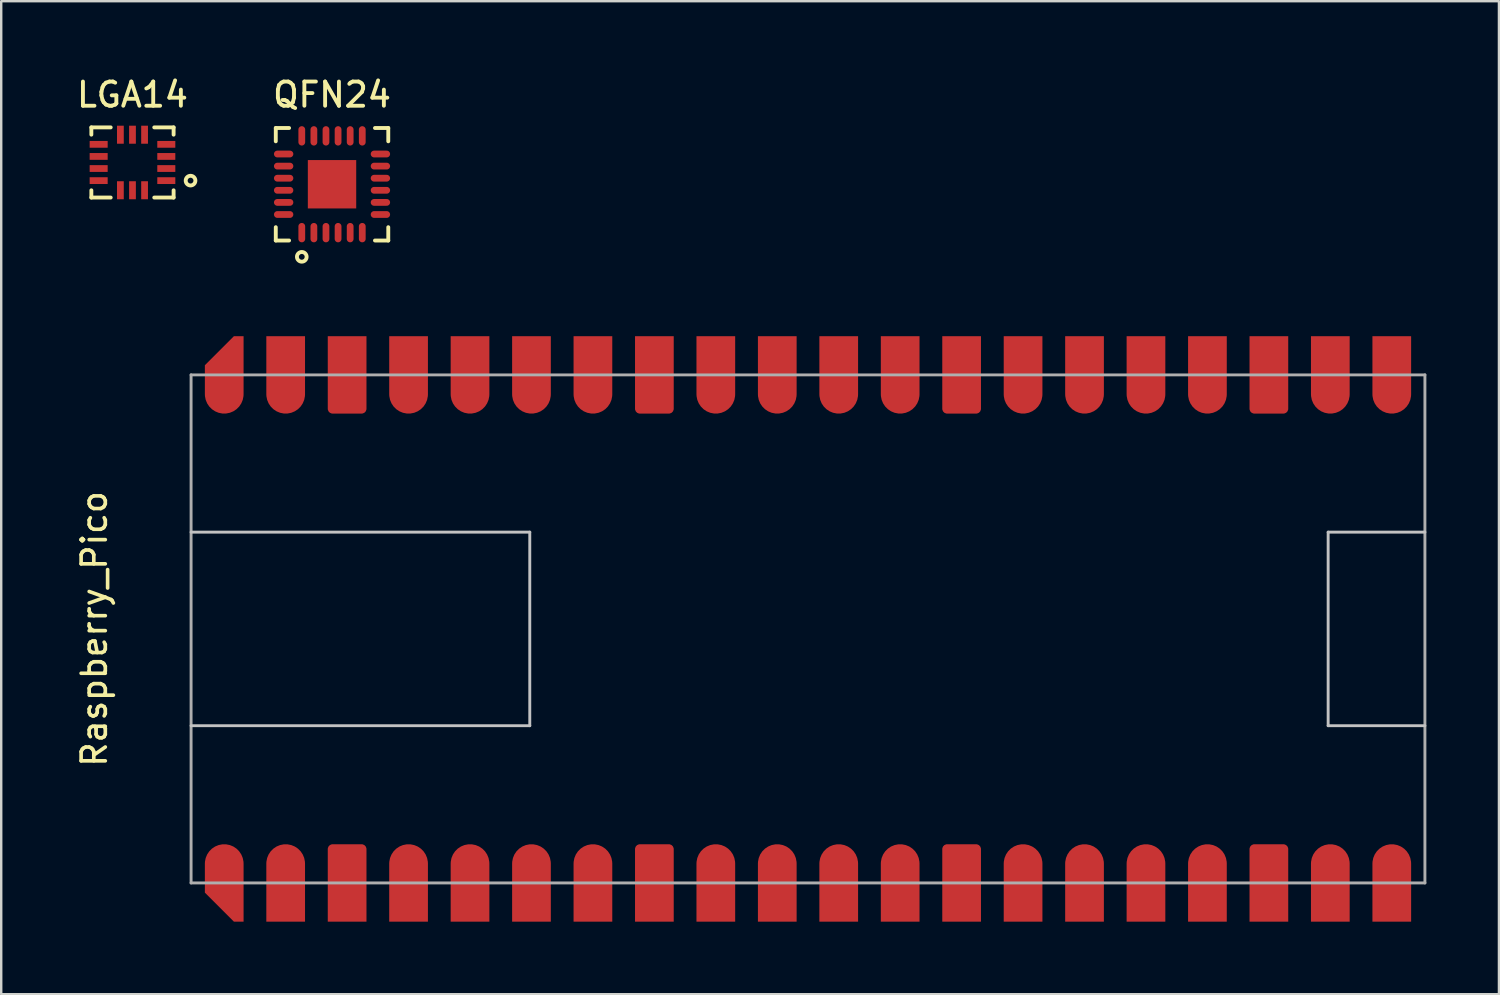
<source format=kicad_pcb>
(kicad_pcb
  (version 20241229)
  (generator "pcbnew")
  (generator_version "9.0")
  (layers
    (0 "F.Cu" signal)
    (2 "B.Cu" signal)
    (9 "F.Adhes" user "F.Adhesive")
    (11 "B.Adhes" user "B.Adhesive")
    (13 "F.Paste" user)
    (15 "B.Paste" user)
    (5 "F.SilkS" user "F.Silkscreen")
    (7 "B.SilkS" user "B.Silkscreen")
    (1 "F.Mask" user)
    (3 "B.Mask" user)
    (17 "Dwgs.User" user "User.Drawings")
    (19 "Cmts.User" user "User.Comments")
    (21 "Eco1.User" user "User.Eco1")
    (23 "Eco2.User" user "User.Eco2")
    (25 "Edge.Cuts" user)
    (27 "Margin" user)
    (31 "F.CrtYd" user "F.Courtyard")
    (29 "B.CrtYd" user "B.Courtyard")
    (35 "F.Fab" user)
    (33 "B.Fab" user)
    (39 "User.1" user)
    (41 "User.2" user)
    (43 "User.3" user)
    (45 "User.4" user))
  (footprint "LGA14"
    (layer "F.Cu")
    (at 2.426 3.666)
    (property "Reference" "LGA14" (at 0 -2.8 0) (layer "F.SilkS") (effects (font (size 1 1) (thickness 0.16))))
    (attr smd)
    (fp_line (start -1.7 -1.45) (end -1.7 -1.15) (stroke (width 0.16) (type solid)) (layer "F.SilkS"))
    (fp_line (start -1.7 -1.45) (end -0.9 -1.45) (stroke (width 0.16) (type solid)) (layer "F.SilkS"))
    (fp_line (start -1.7 1.15) (end -1.7 1.45) (stroke (width 0.16) (type solid)) (layer "F.SilkS"))
    (fp_line (start -1.7 1.45) (end -0.9 1.45) (stroke (width 0.16) (type solid)) (layer "F.SilkS"))
    (fp_line (start 1.7 -1.45) (end 0.9 -1.45) (stroke (width 0.16) (type solid)) (layer "F.SilkS"))
    (fp_line (start 1.7 -1.15) (end 1.7 -1.45) (stroke (width 0.16) (type solid)) (layer "F.SilkS"))
    (fp_line (start 1.7 1.45) (end 0.9 1.45) (stroke (width 0.16) (type solid)) (layer "F.SilkS"))
    (fp_line (start 1.7 1.45) (end 1.7 1.15) (stroke (width 0.16) (type solid)) (layer "F.SilkS"))
    (fp_circle (center 2.4 0.75) (end 2.6 0.75) (stroke (width 0.16) (type solid)) (fill no) (layer "F.SilkS"))
    (pad "1" smd rect (at 1.398 0.75 180) (size 0.745 0.28) (layers "F.Cu" "F.Mask" "F.Paste"))
    (pad "2" smd rect (at 1.398 0.25 180) (size 0.745 0.28) (layers "F.Cu" "F.Mask" "F.Paste"))
    (pad "3" smd rect (at 1.398 -0.25 180) (size 0.745 0.28) (layers "F.Cu" "F.Mask" "F.Paste"))
    (pad "4" smd rect (at 1.398 -0.75 180) (size 0.745 0.28) (layers "F.Cu" "F.Mask" "F.Paste"))
    (pad "5" smd rect (at 0.5 -1.148 270) (size 0.745 0.28) (layers "F.Cu" "F.Mask" "F.Paste"))
    (pad "6" smd rect (at 0 -1.148 270) (size 0.745 0.28) (layers "F.Cu" "F.Mask" "F.Paste"))
    (pad "7" smd rect (at -0.5 -1.148 270) (size 0.745 0.28) (layers "F.Cu" "F.Mask" "F.Paste"))
    (pad "8" smd rect (at -1.398 -0.75 180) (size 0.745 0.28) (layers "F.Cu" "F.Mask" "F.Paste"))
    (pad "9" smd rect (at -1.398 -0.25 180) (size 0.745 0.28) (layers "F.Cu" "F.Mask" "F.Paste"))
    (pad "10" smd rect (at -1.398 0.25 180) (size 0.745 0.28) (layers "F.Cu" "F.Mask" "F.Paste"))
    (pad "11" smd rect (at -1.398 0.75 180) (size 0.745 0.28) (layers "F.Cu" "F.Mask" "F.Paste"))
    (pad "12" smd rect (at -0.5 1.148 270) (size 0.745 0.28) (layers "F.Cu" "F.Mask" "F.Paste"))
    (pad "13" smd rect (at 0 1.148 270) (size 0.745 0.28) (layers "F.Cu" "F.Mask" "F.Paste"))
    (pad "14" smd rect (at 0.5 1.148 270) (size 0.745 0.28) (layers "F.Cu" "F.Mask" "F.Paste"))
    (zone (net_name "") (layer "F.Cu") (hatch edge 0.5) (connect_pads) (min_thickness 0.25) (filled_areas_thickness no) (keepout (tracks allowed) (vias allowed) (pads allowed) (copperpour not_allowed) (footprints allowed)) (placement (enabled no)) (fill) (polygon (pts (xy 1.026 2.516) (xy 3.826 2.516) (xy 3.826 4.816) (xy 1.026 4.816)))))
  (footprint "QFN24"
    (layer "F.Cu")
    (at 10.674 4.566)
    (property "Reference" "QFN24" (at 0 -3.7 0) (layer "F.SilkS") (effects (font (size 1 1) (thickness 0.16))))
    (attr smd)
    (fp_line (start -2.325 -2.325) (end -2.325 -1.775) (stroke (width 0.16) (type solid)) (layer "F.SilkS"))
    (fp_line (start -2.325 -2.325) (end -1.775 -2.325) (stroke (width 0.16) (type solid)) (layer "F.SilkS"))
    (fp_line (start -2.325 2.325) (end -2.325 1.775) (stroke (width 0.16) (type solid)) (layer "F.SilkS"))
    (fp_line (start -2.325 2.325) (end -1.775 2.325) (stroke (width 0.16) (type solid)) (layer "F.SilkS"))
    (fp_line (start 2.325 -2.325) (end 1.775 -2.325) (stroke (width 0.16) (type solid)) (layer "F.SilkS"))
    (fp_line (start 2.325 -2.325) (end 2.325 -1.775) (stroke (width 0.16) (type solid)) (layer "F.SilkS"))
    (fp_line (start 2.325 2.325) (end 1.775 2.325) (stroke (width 0.16) (type solid)) (layer "F.SilkS"))
    (fp_line (start 2.325 2.325) (end 2.325 1.775) (stroke (width 0.16) (type solid)) (layer "F.SilkS"))
    (fp_circle (center -1.25 3) (end -1.25 2.8) (stroke (width 0.16) (type solid)) (fill no) (layer "F.SilkS"))
    (pad "" smd rect (at 0 0) (size 2 2) (layers "F.Cu" "F.Mask" "F.Paste"))
    (pad "1" smd oval (at -1.25 2) (size 0.28 0.8) (layers "F.Cu" "F.Mask" "F.Paste"))
    (pad "2" smd oval (at -0.75 2) (size 0.28 0.8) (layers "F.Cu" "F.Mask" "F.Paste"))
    (pad "3" smd oval (at -0.25 2) (size 0.28 0.8) (layers "F.Cu" "F.Mask" "F.Paste"))
    (pad "4" smd oval (at 0.25 2) (size 0.28 0.8) (layers "F.Cu" "F.Mask" "F.Paste"))
    (pad "5" smd oval (at 0.75 2) (size 0.28 0.8) (layers "F.Cu" "F.Mask" "F.Paste"))
    (pad "6" smd oval (at 1.25 2) (size 0.28 0.8) (layers "F.Cu" "F.Mask" "F.Paste"))
    (pad "7" smd oval (at 2 1.25 90) (size 0.28 0.8) (layers "F.Cu" "F.Mask" "F.Paste"))
    (pad "8" smd oval (at 2 0.75 90) (size 0.28 0.8) (layers "F.Cu" "F.Mask" "F.Paste"))
    (pad "9" smd oval (at 2 0.25 90) (size 0.28 0.8) (layers "F.Cu" "F.Mask" "F.Paste"))
    (pad "10" smd oval (at 2 -0.25 90) (size 0.28 0.8) (layers "F.Cu" "F.Mask" "F.Paste"))
    (pad "11" smd oval (at 2 -0.75 90) (size 0.28 0.8) (layers "F.Cu" "F.Mask" "F.Paste"))
    (pad "12" smd oval (at 2 -1.25 90) (size 0.28 0.8) (layers "F.Cu" "F.Mask" "F.Paste"))
    (pad "13" smd oval (at 1.25 -2) (size 0.28 0.8) (layers "F.Cu" "F.Mask" "F.Paste"))
    (pad "14" smd oval (at 0.75 -2) (size 0.28 0.8) (layers "F.Cu" "F.Mask" "F.Paste"))
    (pad "15" smd oval (at 0.25 -2) (size 0.28 0.8) (layers "F.Cu" "F.Mask" "F.Paste"))
    (pad "16" smd oval (at -0.25 -2) (size 0.28 0.8) (layers "F.Cu" "F.Mask" "F.Paste"))
    (pad "17" smd oval (at -0.75 -2) (size 0.28 0.8) (layers "F.Cu" "F.Mask" "F.Paste"))
    (pad "18" smd oval (at -1.25 -2) (size 0.28 0.8) (layers "F.Cu" "F.Mask" "F.Paste"))
    (pad "19" smd oval (at -2 -1.25 90) (size 0.28 0.8) (layers "F.Cu" "F.Mask" "F.Paste"))
    (pad "20" smd oval (at -2 -0.75 90) (size 0.28 0.8) (layers "F.Cu" "F.Mask" "F.Paste"))
    (pad "21" smd oval (at -2 -0.25 90) (size 0.28 0.8) (layers "F.Cu" "F.Mask" "F.Paste"))
    (pad "22" smd oval (at -2 0.25 90) (size 0.28 0.8) (layers "F.Cu" "F.Mask" "F.Paste"))
    (pad "23" smd oval (at -2 0.75 90) (size 0.28 0.8) (layers "F.Cu" "F.Mask" "F.Paste"))
    (pad "24" smd oval (at -2 1.25 90) (size 0.28 0.8) (layers "F.Cu" "F.Mask" "F.Paste"))
    (zone (net_name "") (layer "F.Cu") (hatch edge 0.5) (connect_pads) (min_thickness 0.25) (filled_areas_thickness no) (keepout (tracks allowed) (vias allowed) (pads allowed) (copperpour not_allowed) (footprints allowed)) (placement (enabled no)) (fill) (polygon (pts (xy 8.674 2.566) (xy 12.674 2.566) (xy 12.674 6.566) (xy 8.674 6.516)))))
  (footprint "Raspberry_Pico"
    (layer "F.Cu")
    (at 30.748 23.006)
    (property "Reference" "Raspberry_Pico" (at -29.9 -0.06 90) (layer "F.SilkS") (effects (font (size 1 1) (thickness 0.15))))
    (attr smd)
    (fp_line (start -25.9 -4.06) (end -11.9 -4.06) (stroke (width 0.12) (type solid)) (layer "Dwgs.User"))
    (fp_line (start -11.9 -4.06) (end -11.9 3.94) (stroke (width 0.12) (type solid)) (layer "Dwgs.User"))
    (fp_line (start -11.9 3.94) (end -25.9 3.94) (stroke (width 0.12) (type solid)) (layer "Dwgs.User"))
    (fp_line (start 21.1 -4.06) (end 25.1 -4.06) (stroke (width 0.12) (type solid)) (layer "Dwgs.User"))
    (fp_line (start 21.1 3.94) (end 21.1 -4.06) (stroke (width 0.12) (type solid)) (layer "Dwgs.User"))
    (fp_line (start 25.1 3.94) (end 21.1 3.94) (stroke (width 0.12) (type solid)) (layer "Dwgs.User"))
    (fp_line (start -25.9 -10.56) (end 25.1 -10.56) (stroke (width 0.12) (type solid)) (layer "F.Fab"))
    (fp_line (start -25.9 10.44) (end -25.9 -10.56) (stroke (width 0.12) (type solid)) (layer "F.Fab"))
    (fp_line (start -25.9 10.44) (end 25.1 10.44) (stroke (width 0.12) (type solid)) (layer "F.Fab"))
    (fp_line (start 25.1 10.44) (end 25.1 -10.56) (stroke (width 0.12) (type solid)) (layer "F.Fab"))
    (pad "1" smd custom (at -24.53 11.24 90) (size 0.5 0.5) (layers "F.Cu" "F.Mask") (options (anchor circle)) (primitives (gr_line (start 0.8 0) (end 1.6 0) (width 1.6)) (gr_poly (pts (xy 0.8 0.8) (xy -0.8 0.8) (xy -0.8 0.4) (xy 0.4 -0.8) (xy 0.8 -0.8)) (width 0) (fill yes))))
    (pad "2" smd custom (at -21.99 11.24 90) (size 1.6 1.6) (layers "F.Cu" "F.Mask") (options (anchor rect)) (primitives (gr_line (start 0 0) (end 1.6 0) (width 1.6))))
    (pad "3" smd custom (at -19.45 11.24 90) (size 1.6 1.6) (layers "F.Cu" "F.Mask") (options (anchor rect)) (primitives (gr_line (start 0 -0.6) (end 2.2 -0.6) (width 0.4)) (gr_line (start 0 0.6) (end 2.2 0.6) (width 0.4)) (gr_line (start 2.2 -0.6) (end 2.2 0.6) (width 0.4)) (gr_line (start 0 0) (end 1.6 0) (width 1.2))))
    (pad "4" smd custom (at -16.91 11.24 90) (size 1.6 1.6) (layers "F.Cu" "F.Mask") (options (anchor rect)) (primitives (gr_line (start 0 0) (end 1.6 0) (width 1.6))))
    (pad "5" smd custom (at -14.37 11.24 90) (size 1.6 1.6) (layers "F.Cu" "F.Mask") (options (anchor rect)) (primitives (gr_line (start 0 0) (end 1.6 0) (width 1.6))))
    (pad "6" smd custom (at -11.83 11.24 90) (size 1.6 1.6) (layers "F.Cu" "F.Mask") (options (anchor rect)) (primitives (gr_line (start 0 0) (end 1.6 0) (width 1.6))))
    (pad "7" smd custom (at -9.29 11.24 90) (size 1.6 1.6) (layers "F.Cu" "F.Mask") (options (anchor rect)) (primitives (gr_line (start 0 0) (end 1.6 0) (width 1.6))))
    (pad "8" smd custom (at -6.75 11.24 90) (size 1.6 1.6) (layers "F.Cu" "F.Mask") (options (anchor rect)) (primitives (gr_line (start 0 -0.6) (end 2.2 -0.6) (width 0.4)) (gr_line (start 0 0.6) (end 2.2 0.6) (width 0.4)) (gr_line (start 2.2 -0.6) (end 2.2 0.6) (width 0.4)) (gr_line (start 0 0) (end 1.6 0) (width 1.2))))
    (pad "9" smd custom (at -4.21 11.24 90) (size 1.6 1.6) (layers "F.Cu" "F.Mask") (options (anchor rect)) (primitives (gr_line (start 0 0) (end 1.6 0) (width 1.6))))
    (pad "10" smd custom (at -1.67 11.24 90) (size 1.6 1.6) (layers "F.Cu" "F.Mask") (options (anchor rect)) (primitives (gr_line (start 0 0) (end 1.6 0) (width 1.6))))
    (pad "11" smd custom (at 0.87 11.24 90) (size 1.6 1.6) (layers "F.Cu" "F.Mask") (options (anchor rect)) (primitives (gr_line (start 0 0) (end 1.6 0) (width 1.6))))
    (pad "12" smd custom (at 3.41 11.24 90) (size 1.6 1.6) (layers "F.Cu" "F.Mask") (options (anchor rect)) (primitives (gr_line (start 0 0) (end 1.6 0) (width 1.6))))
    (pad "13" smd custom (at 5.95 11.24 90) (size 1.6 1.6) (layers "F.Cu" "F.Mask") (options (anchor rect)) (primitives (gr_line (start 0 -0.6) (end 2.2 -0.6) (width 0.4)) (gr_line (start 0 0.6) (end 2.2 0.6) (width 0.4)) (gr_line (start 2.2 -0.6) (end 2.2 0.6) (width 0.4)) (gr_line (start 0 0) (end 1.6 0) (width 1.2))))
    (pad "14" smd custom (at 8.49 11.24 90) (size 1.6 1.6) (layers "F.Cu" "F.Mask") (options (anchor rect)) (primitives (gr_line (start 0 0) (end 1.6 0) (width 1.6))))
    (pad "15" smd custom (at 11.03 11.24 90) (size 1.6 1.6) (layers "F.Cu" "F.Mask") (options (anchor rect)) (primitives (gr_line (start 0 0) (end 1.6 0) (width 1.6))))
    (pad "16" smd custom (at 13.57 11.24 90) (size 1.6 1.6) (layers "F.Cu" "F.Mask") (options (anchor rect)) (primitives (gr_line (start 0 0) (end 1.6 0) (width 1.6))))
    (pad "17" smd custom (at 16.11 11.24 90) (size 1.6 1.6) (layers "F.Cu" "F.Mask") (options (anchor rect)) (primitives (gr_line (start 0 0) (end 1.6 0) (width 1.6))))
    (pad "18" smd custom (at 18.65 11.24 90) (size 1.6 1.6) (layers "F.Cu" "F.Mask") (options (anchor rect)) (primitives (gr_line (start 0 -0.6) (end 2.2 -0.6) (width 0.4)) (gr_line (start 0 0.6) (end 2.2 0.6) (width 0.4)) (gr_line (start 2.2 -0.6) (end 2.2 0.6) (width 0.4)) (gr_line (start 0 0) (end 1.6 0) (width 1.2))))
    (pad "19" smd custom (at 21.19 11.24 90) (size 1.6 1.6) (layers "F.Cu" "F.Mask") (options (anchor rect)) (primitives (gr_line (start 0 0) (end 1.6 0) (width 1.6))))
    (pad "20" smd custom (at 23.73 11.24 90) (size 1.6 1.6) (layers "F.Cu" "F.Mask") (options (anchor rect)) (primitives (gr_line (start 0 0) (end 1.6 0) (width 1.6))))
    (pad "21" smd custom (at 23.73 -11.36 270) (size 1.6 1.6) (layers "F.Cu" "F.Mask") (options (anchor rect)) (primitives (gr_line (start 0 0) (end 1.6 0) (width 1.6))))
    (pad "22" smd custom (at 21.19 -11.36 270) (size 1.6 1.6) (layers "F.Cu" "F.Mask") (options (anchor rect)) (primitives (gr_line (start 0 0) (end 1.6 0) (width 1.6))))
    (pad "23" smd custom (at 18.65 -11.36 270) (size 1.6 1.6) (layers "F.Cu" "F.Mask") (options (anchor rect)) (primitives (gr_line (start 0 -0.6) (end 2.2 -0.6) (width 0.4)) (gr_line (start 0 0.6) (end 2.2 0.6) (width 0.4)) (gr_line (start 2.2 -0.6) (end 2.2 0.6) (width 0.4)) (gr_line (start 0 0) (end 1.6 0) (width 1.2))))
    (pad "24" smd custom (at 16.11 -11.36 270) (size 1.6 1.6) (layers "F.Cu" "F.Mask") (options (anchor rect)) (primitives (gr_line (start 0 0) (end 1.6 0) (width 1.6))))
    (pad "25" smd custom (at 13.57 -11.36 270) (size 1.6 1.6) (layers "F.Cu" "F.Mask") (options (anchor rect)) (primitives (gr_line (start 0 0) (end 1.6 0) (width 1.6))))
    (pad "26" smd custom (at 11.03 -11.36 270) (size 1.6 1.6) (layers "F.Cu" "F.Mask") (options (anchor rect)) (primitives (gr_line (start 0 0) (end 1.6 0) (width 1.6))))
    (pad "27" smd custom (at 8.49 -11.36 270) (size 1.6 1.6) (layers "F.Cu" "F.Mask") (options (anchor rect)) (primitives (gr_line (start 0 0) (end 1.6 0) (width 1.6))))
    (pad "28" smd custom (at 5.95 -11.36 270) (size 1.6 1.6) (layers "F.Cu" "F.Mask") (options (anchor rect)) (primitives (gr_line (start 0 -0.6) (end 2.2 -0.6) (width 0.4)) (gr_line (start 0 0.6) (end 2.2 0.6) (width 0.4)) (gr_line (start 2.2 -0.6) (end 2.2 0.6) (width 0.4)) (gr_line (start 0 0) (end 1.6 0) (width 1.2))))
    (pad "29" smd custom (at 3.41 -11.36 270) (size 1.6 1.6) (layers "F.Cu" "F.Mask") (options (anchor rect)) (primitives (gr_line (start 0 0) (end 1.6 0) (width 1.6))))
    (pad "30" smd custom (at 0.87 -11.36 270) (size 1.6 1.6) (layers "F.Cu" "F.Mask") (options (anchor rect)) (primitives (gr_line (start 0 0) (end 1.6 0) (width 1.6))))
    (pad "31" smd custom (at -1.67 -11.36 270) (size 1.6 1.6) (layers "F.Cu" "F.Mask") (options (anchor rect)) (primitives (gr_line (start 0 0) (end 1.6 0) (width 1.6))))
    (pad "32" smd custom (at -4.21 -11.36 270) (size 1.6 1.6) (layers "F.Cu" "F.Mask") (options (anchor rect)) (primitives (gr_line (start 0 0) (end 1.6 0) (width 1.6))))
    (pad "33" smd custom (at -6.75 -11.36 270) (size 1.6 1.6) (layers "F.Cu" "F.Mask") (options (anchor rect)) (primitives (gr_line (start 0 -0.6) (end 2.2 -0.6) (width 0.4)) (gr_line (start 0 0.6) (end 2.2 0.6) (width 0.4)) (gr_line (start 2.2 -0.6) (end 2.2 0.6) (width 0.4)) (gr_line (start 0 0) (end 1.6 0) (width 1.2))))
    (pad "34" smd custom (at -9.29 -11.36 270) (size 1.6 1.6) (layers "F.Cu" "F.Mask") (options (anchor rect)) (primitives (gr_line (start 0 0) (end 1.6 0) (width 1.6))))
    (pad "35" smd custom (at -11.83 -11.36 270) (size 1.6 1.6) (layers "F.Cu" "F.Mask") (options (anchor rect)) (primitives (gr_line (start 0 0) (end 1.6 0) (width 1.6))))
    (pad "36" smd custom (at -14.37 -11.36 270) (size 1.6 1.6) (layers "F.Cu" "F.Mask") (options (anchor rect)) (primitives (gr_line (start 0 0) (end 1.6 0) (width 1.6))))
    (pad "37" smd custom (at -16.91 -11.36 270) (size 1.6 1.6) (layers "F.Cu" "F.Mask") (options (anchor rect)) (primitives (gr_line (start 0 0) (end 1.6 0) (width 1.6))))
    (pad "38" smd custom (at -19.45 -11.36 270) (size 1.6 1.6) (layers "F.Cu" "F.Mask") (options (anchor rect)) (primitives (gr_line (start 0 -0.6) (end 2.2 -0.6) (width 0.4)) (gr_line (start 0 0.6) (end 2.2 0.6) (width 0.4)) (gr_line (start 2.2 -0.6) (end 2.2 0.6) (width 0.4)) (gr_line (start 0 0) (end 1.6 0) (width 1.2))))
    (pad "39" smd custom (at -21.99 -11.36 270) (size 1.6 1.6) (layers "F.Cu" "F.Mask") (options (anchor rect)) (primitives (gr_line (start 0 0) (end 1.6 0) (width 1.6))))
    (pad "40" smd custom (at -24.53 -11.36 270) (size 0.5 0.5) (layers "F.Cu" "F.Mask") (options (anchor circle)) (primitives (gr_line (start 0.8 0) (end 1.6 0) (width 1.6)) (gr_poly (pts (xy 0.8 0.8) (xy 0.4 0.8) (xy -0.8 -0.4) (xy -0.8 -0.8) (xy 0.8 -0.8)) (width 0) (fill yes)))))
  (gr_rect
    (start -3 -3)
    (end 58.908 38.046)
    (stroke (width 0.1) (type default))
    (fill no)
    (layer "Edge.Cuts")))
</source>
